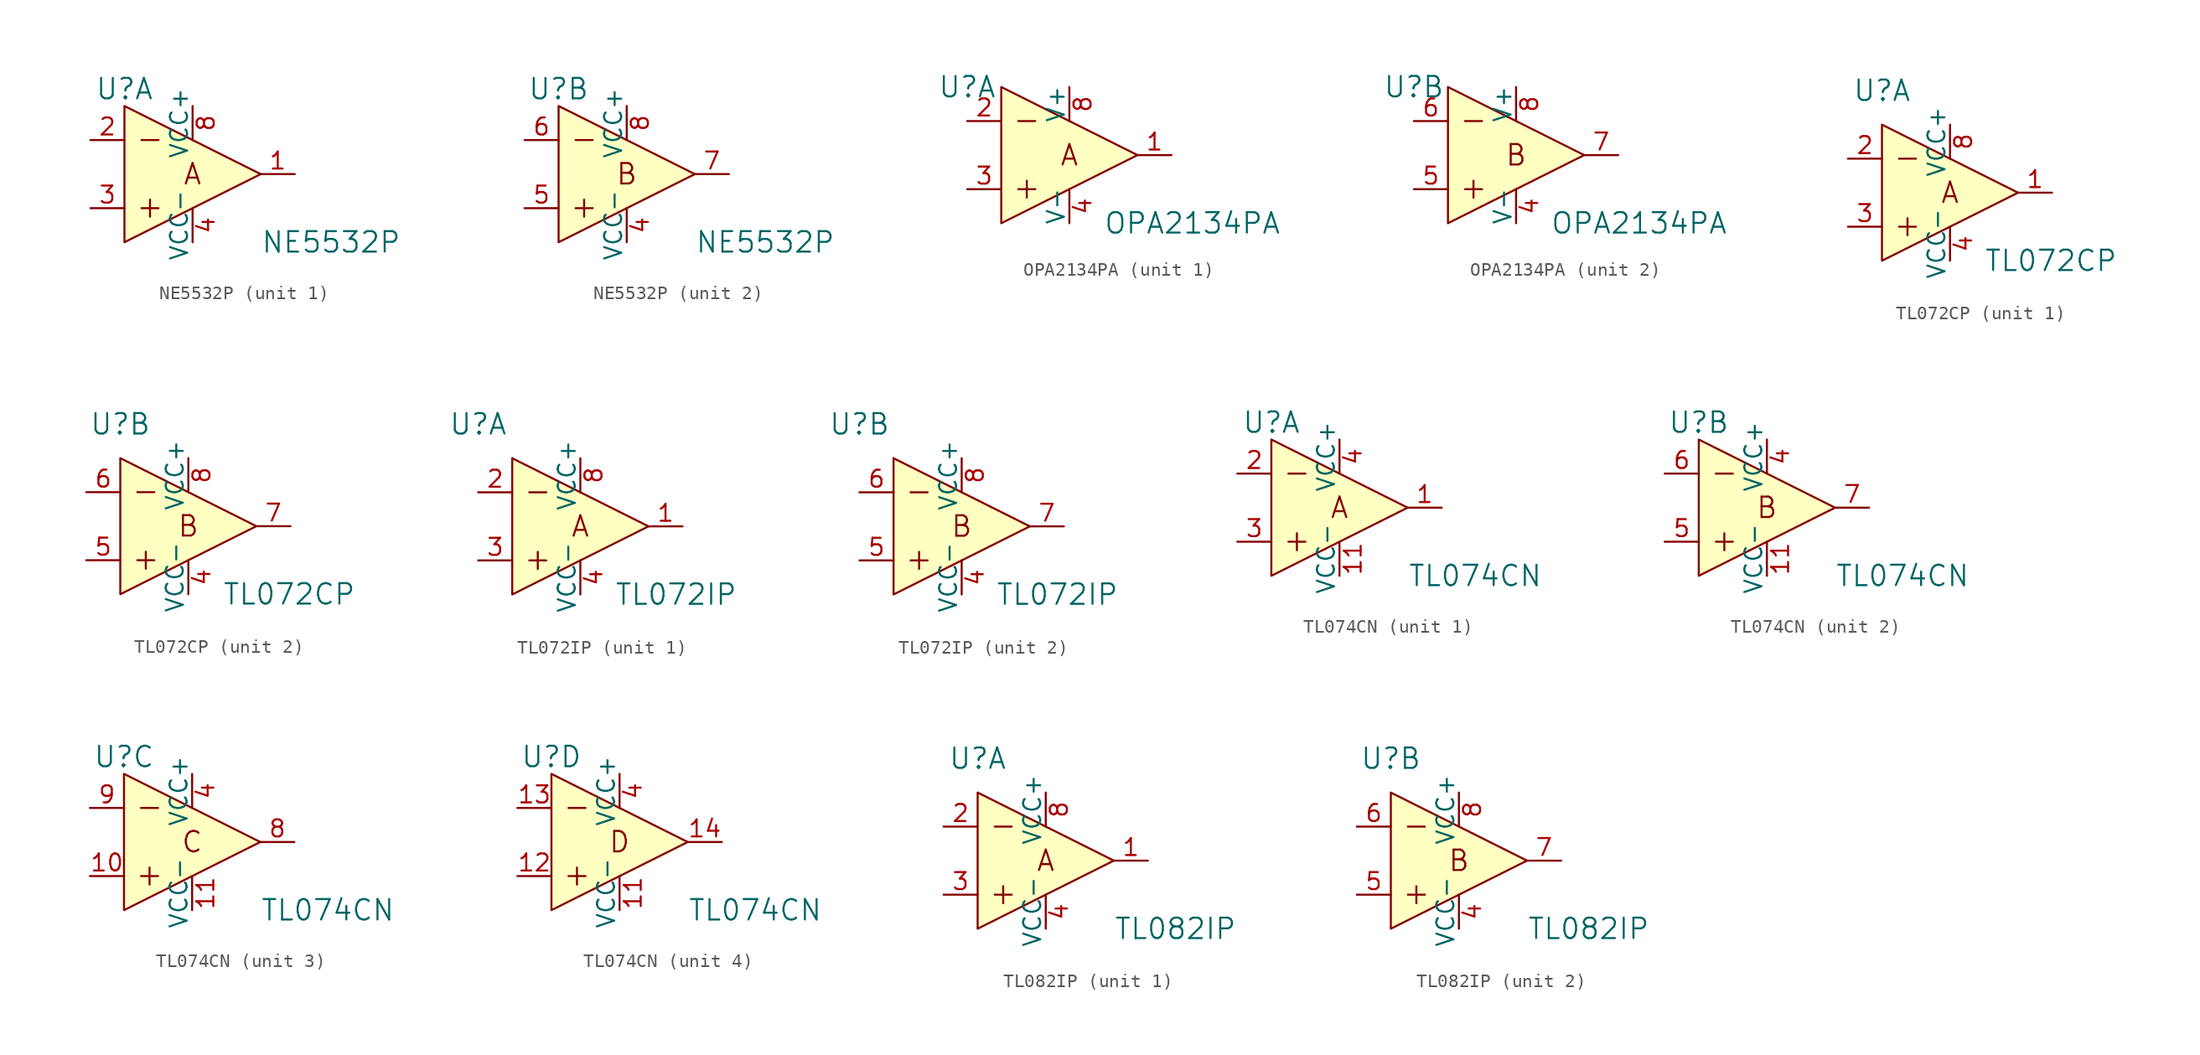
<source format=kicad_sym>
(kicad_symbol_lib
  (version 20211014)
  (generator kicad_symbol_editor)
  (symbol "NE5532P"
    (pin_names
      (offset 0))
    (property "Reference" "U"
      (at -5.08 6.35 0)
      (effects (font (size 1.524 1.524))))
    (property "Value" "NE5532P"
      (at 5.08 -5.08 0)
      (effects (font (size 1.524 1.524)) (justify left)))
    (property "ki_locked" ""
      (at 0 0 0)
      (effects (font (size 1.27 1.27))))
    (symbol "NE5532P_0_0"
      (polyline (pts (xy -3.81 -2.54) (xy -2.54 -2.54)) (stroke (width 0) (type default) (color 0 0 0 0)) (fill (type none)))
      (polyline (pts (xy -3.81 2.54) (xy -2.54 2.54)) (stroke (width 0) (type default) (color 0 0 0 0)) (fill (type none)))
      (polyline (pts (xy -3.175 -1.905) (xy -3.175 -3.175)) (stroke (width 0) (type default) (color 0 0 0 0)) (fill (type none)))
      (polyline (pts (xy -5.08 5.08) (xy -5.08 -5.08) (xy 5.08 0) (xy -5.08 5.08)) (stroke (width 0) (type default) (color 0 0 0 0)) (fill (type background))))
    (symbol "NE5532P_1_0"
      (text "A" (at 0 0 0) (effects (font (size 1.524 1.524)))))
    (symbol "NE5532P_1_1"
      (pin output line (at 7.62 0 180) (length 2.54) (name "~" (effects (font (size 1.27 1.27)))) (number "1" (effects (font (size 1.27 1.27)))))
      (pin input line (at -7.62 2.54 0) (length 2.54) (name "~" (effects (font (size 1.27 1.27)))) (number "2" (effects (font (size 1.27 1.27)))))
      (pin input line (at -7.62 -2.54 0) (length 2.54) (name "~" (effects (font (size 1.27 1.27)))) (number "3" (effects (font (size 1.27 1.27)))))
      (pin power_in line (at 0 -5.08 90) (length 2.54) (name "VCC-" (effects (font (size 1.27 1.27)))) (number "4" (effects (font (size 1.27 1.27)))))
      (pin power_in line (at 0 5.08 270) (length 2.54) (name "VCC+" (effects (font (size 1.27 1.27)))) (number "8" (effects (font (size 1.27 1.27))))))
    (symbol "NE5532P_2_0"
      (text "B" (at 0 0 0) (effects (font (size 1.524 1.524)))))
    (symbol "NE5532P_2_1"
      (pin power_in line (at 0 -5.08 90) (length 2.54) (name "VCC-" (effects (font (size 1.27 1.27)))) (number "4" (effects (font (size 1.27 1.27)))))
      (pin input line (at -7.62 -2.54 0) (length 2.54) (name "~" (effects (font (size 1.27 1.27)))) (number "5" (effects (font (size 1.27 1.27)))))
      (pin input line (at -7.62 2.54 0) (length 2.54) (name "~" (effects (font (size 1.27 1.27)))) (number "6" (effects (font (size 1.27 1.27)))))
      (pin output line (at 7.62 0 180) (length 2.54) (name "~" (effects (font (size 1.27 1.27)))) (number "7" (effects (font (size 1.27 1.27)))))
      (pin power_in line (at 0 5.08 270) (length 2.54) (name "VCC+" (effects (font (size 1.27 1.27)))) (number "8" (effects (font (size 1.27 1.27)))))))
  (symbol "OPA2134PA"
    (pin_names
      (offset 0))
    (property "Reference" "U"
      (at -7.62 5.08 0)
      (effects (font (size 1.524 1.524))))
    (property "Value" "OPA2134PA"
      (at 2.54 -5.08 0)
      (effects (font (size 1.524 1.524)) (justify left)))
    (property "ki_locked" ""
      (at 0 0 0)
      (effects (font (size 1.27 1.27))))
    (symbol "OPA2134PA_0_0"
      (polyline (pts (xy -3.81 -2.54) (xy -2.54 -2.54)) (stroke (width 0) (type default) (color 0 0 0 0)) (fill (type none)))
      (polyline (pts (xy -3.81 2.54) (xy -2.54 2.54)) (stroke (width 0) (type default) (color 0 0 0 0)) (fill (type none)))
      (polyline (pts (xy -3.175 -1.905) (xy -3.175 -3.175)) (stroke (width 0) (type default) (color 0 0 0 0)) (fill (type none)))
      (polyline (pts (xy -5.08 5.08) (xy -5.08 -5.08) (xy 5.08 0) (xy -5.08 5.08)) (stroke (width 0) (type default) (color 0 0 0 0)) (fill (type background))))
    (symbol "OPA2134PA_1_0"
      (text "A" (at 0 0 0) (effects (font (size 1.524 1.524)))))
    (symbol "OPA2134PA_1_1"
      (pin output line (at 7.62 0 180) (length 2.54) (name "~" (effects (font (size 1.27 1.27)))) (number "1" (effects (font (size 1.27 1.27)))))
      (pin input line (at -7.62 2.54 0) (length 2.54) (name "~" (effects (font (size 1.27 1.27)))) (number "2" (effects (font (size 1.27 1.27)))))
      (pin input line (at -7.62 -2.54 0) (length 2.54) (name "~" (effects (font (size 1.27 1.27)))) (number "3" (effects (font (size 1.27 1.27)))))
      (pin power_in line (at 0 -5.08 90) (length 2.54) (name "V-" (effects (font (size 1.27 1.27)))) (number "4" (effects (font (size 1.27 1.27)))))
      (pin power_in line (at 0 5.08 270) (length 2.54) (name "V+" (effects (font (size 1.27 1.27)))) (number "8" (effects (font (size 1.27 1.27))))))
    (symbol "OPA2134PA_2_0"
      (text "B" (at 0 0 0) (effects (font (size 1.524 1.524)))))
    (symbol "OPA2134PA_2_1"
      (pin power_in line (at 0 -5.08 90) (length 2.54) (name "V-" (effects (font (size 1.27 1.27)))) (number "4" (effects (font (size 1.27 1.27)))))
      (pin input line (at -7.62 -2.54 0) (length 2.54) (name "~" (effects (font (size 1.27 1.27)))) (number "5" (effects (font (size 1.27 1.27)))))
      (pin input line (at -7.62 2.54 0) (length 2.54) (name "~" (effects (font (size 1.27 1.27)))) (number "6" (effects (font (size 1.27 1.27)))))
      (pin output line (at 7.62 0 180) (length 2.54) (name "~" (effects (font (size 1.27 1.27)))) (number "7" (effects (font (size 1.27 1.27)))))
      (pin power_in line (at 0 5.08 270) (length 2.54) (name "V+" (effects (font (size 1.27 1.27)))) (number "8" (effects (font (size 1.27 1.27)))))))
  (symbol "TL072CP"
    (pin_names
      (offset 0))
    (property "Reference" "U"
      (at -5.08 7.62 0)
      (effects (font (size 1.524 1.524))))
    (property "Value" "TL072CP"
      (at 2.54 -5.08 0)
      (effects (font (size 1.524 1.524)) (justify left)))
    (property "ki_locked" ""
      (at 0 0 0)
      (effects (font (size 1.27 1.27))))
    (symbol "TL072CP_0_0"
      (polyline (pts (xy -3.81 -2.54) (xy -2.54 -2.54)) (stroke (width 0) (type default) (color 0 0 0 0)) (fill (type none)))
      (polyline (pts (xy -3.81 2.54) (xy -2.54 2.54)) (stroke (width 0) (type default) (color 0 0 0 0)) (fill (type none)))
      (polyline (pts (xy -3.175 -1.905) (xy -3.175 -3.175)) (stroke (width 0) (type default) (color 0 0 0 0)) (fill (type none)))
      (polyline (pts (xy -5.08 5.08) (xy -5.08 -5.08) (xy 5.08 0) (xy -5.08 5.08)) (stroke (width 0) (type default) (color 0 0 0 0)) (fill (type background))))
    (symbol "TL072CP_1_0"
      (text "A" (at 0 0 0) (effects (font (size 1.524 1.524)))))
    (symbol "TL072CP_1_1"
      (pin output line (at 7.62 0 180) (length 2.54) (name "~" (effects (font (size 1.27 1.27)))) (number "1" (effects (font (size 1.27 1.27)))))
      (pin input line (at -7.62 2.54 0) (length 2.54) (name "~" (effects (font (size 1.27 1.27)))) (number "2" (effects (font (size 1.27 1.27)))))
      (pin input line (at -7.62 -2.54 0) (length 2.54) (name "~" (effects (font (size 1.27 1.27)))) (number "3" (effects (font (size 1.27 1.27)))))
      (pin power_in line (at 0 -5.08 90) (length 2.54) (name "VCC-" (effects (font (size 1.27 1.27)))) (number "4" (effects (font (size 1.27 1.27)))))
      (pin power_in line (at 0 5.08 270) (length 2.54) (name "VCC+" (effects (font (size 1.27 1.27)))) (number "8" (effects (font (size 1.27 1.27))))))
    (symbol "TL072CP_2_0"
      (text "B" (at 0 0 0) (effects (font (size 1.524 1.524)))))
    (symbol "TL072CP_2_1"
      (pin power_in line (at 0 -5.08 90) (length 2.54) (name "VCC-" (effects (font (size 1.27 1.27)))) (number "4" (effects (font (size 1.27 1.27)))))
      (pin input line (at -7.62 -2.54 0) (length 2.54) (name "~" (effects (font (size 1.27 1.27)))) (number "5" (effects (font (size 1.27 1.27)))))
      (pin input line (at -7.62 2.54 0) (length 2.54) (name "~" (effects (font (size 1.27 1.27)))) (number "6" (effects (font (size 1.27 1.27)))))
      (pin output line (at 7.62 0 180) (length 2.54) (name "~" (effects (font (size 1.27 1.27)))) (number "7" (effects (font (size 1.27 1.27)))))
      (pin power_in line (at 0 5.08 270) (length 2.54) (name "VCC+" (effects (font (size 1.27 1.27)))) (number "8" (effects (font (size 1.27 1.27)))))))
  (symbol "TL072IP"
    (pin_names
      (offset 0))
    (property "Reference" "U"
      (at -7.62 7.62 0)
      (effects (font (size 1.524 1.524))))
    (property "Value" "TL072IP"
      (at 2.54 -5.08 0)
      (effects (font (size 1.524 1.524)) (justify left)))
    (property "ki_locked" ""
      (at 0 0 0)
      (effects (font (size 1.27 1.27))))
    (symbol "TL072IP_0_1"
      (polyline (pts (xy -5.08 5.08) (xy 5.08 0)) (stroke (width 0) (type default) (color 0 0 0 0)) (fill (type none)))
      (polyline (pts (xy -3.81 -2.54) (xy -2.54 -2.54)) (stroke (width 0) (type default) (color 0 0 0 0)) (fill (type none)))
      (polyline (pts (xy -3.81 2.54) (xy -2.54 2.54)) (stroke (width 0) (type default) (color 0 0 0 0)) (fill (type none)))
      (polyline (pts (xy -3.175 -1.905) (xy -3.175 -3.175)) (stroke (width 0) (type default) (color 0 0 0 0)) (fill (type none)))
      (polyline (pts (xy -5.08 5.08) (xy -5.08 -5.08) (xy 5.08 0)) (stroke (width 0) (type default) (color 0 0 0 0)) (fill (type background))))
    (symbol "TL072IP_1_0"
      (text "A" (at 0 0 0) (effects (font (size 1.524 1.524)))))
    (symbol "TL072IP_1_1"
      (pin output line (at 7.62 0 180) (length 2.54) (name "~" (effects (font (size 1.27 1.27)))) (number "1" (effects (font (size 1.27 1.27)))))
      (pin input line (at -7.62 2.54 0) (length 2.54) (name "~" (effects (font (size 1.27 1.27)))) (number "2" (effects (font (size 1.27 1.27)))))
      (pin input line (at -7.62 -2.54 0) (length 2.54) (name "~" (effects (font (size 1.27 1.27)))) (number "3" (effects (font (size 1.27 1.27)))))
      (pin power_in line (at 0 -5.08 90) (length 2.54) (name "VCC-" (effects (font (size 1.27 1.27)))) (number "4" (effects (font (size 1.27 1.27)))))
      (pin power_in line (at 0 5.08 270) (length 2.54) (name "VCC+" (effects (font (size 1.27 1.27)))) (number "8" (effects (font (size 1.27 1.27))))))
    (symbol "TL072IP_2_0"
      (text "B" (at 0 0 0) (effects (font (size 1.524 1.524)))))
    (symbol "TL072IP_2_1"
      (pin power_in line (at 0 -5.08 90) (length 2.54) (name "VCC-" (effects (font (size 1.27 1.27)))) (number "4" (effects (font (size 1.27 1.27)))))
      (pin input line (at -7.62 -2.54 0) (length 2.54) (name "~" (effects (font (size 1.27 1.27)))) (number "5" (effects (font (size 1.27 1.27)))))
      (pin input line (at -7.62 2.54 0) (length 2.54) (name "~" (effects (font (size 1.27 1.27)))) (number "6" (effects (font (size 1.27 1.27)))))
      (pin output line (at 7.62 0 180) (length 2.54) (name "~" (effects (font (size 1.27 1.27)))) (number "7" (effects (font (size 1.27 1.27)))))
      (pin power_in line (at 0 5.08 270) (length 2.54) (name "VCC+" (effects (font (size 1.27 1.27)))) (number "8" (effects (font (size 1.27 1.27)))))))
  (symbol "TL074CN"
    (pin_names
      (offset 0))
    (property "Reference" "U"
      (at -5.08 6.35 0)
      (effects (font (size 1.524 1.524))))
    (property "Value" "TL074CN"
      (at 5.08 -5.08 0)
      (effects (font (size 1.524 1.524)) (justify left)))
    (property "ki_locked" ""
      (at 0 0 0)
      (effects (font (size 1.27 1.27))))
    (symbol "TL074CN_0_0"
      (polyline (pts (xy -3.81 -2.54) (xy -2.54 -2.54)) (stroke (width 0) (type default) (color 0 0 0 0)) (fill (type none)))
      (polyline (pts (xy -3.81 2.54) (xy -2.54 2.54)) (stroke (width 0) (type default) (color 0 0 0 0)) (fill (type none)))
      (polyline (pts (xy -3.175 -1.905) (xy -3.175 -3.175)) (stroke (width 0) (type default) (color 0 0 0 0)) (fill (type none)))
      (polyline (pts (xy -5.08 5.08) (xy -5.08 -5.08) (xy 5.08 0) (xy -5.08 5.08)) (stroke (width 0) (type default) (color 0 0 0 0)) (fill (type background))))
    (symbol "TL074CN_1_0"
      (text "A" (at 0 0 0) (effects (font (size 1.524 1.524)))))
    (symbol "TL074CN_1_1"
      (pin output line (at 7.62 0 180) (length 2.54) (name "~" (effects (font (size 1.27 1.27)))) (number "1" (effects (font (size 1.27 1.27)))))
      (pin power_in line (at 0 -5.08 90) (length 2.54) (name "VCC-" (effects (font (size 1.27 1.27)))) (number "11" (effects (font (size 1.27 1.27)))))
      (pin input line (at -7.62 2.54 0) (length 2.54) (name "~" (effects (font (size 1.27 1.27)))) (number "2" (effects (font (size 1.27 1.27)))))
      (pin input line (at -7.62 -2.54 0) (length 2.54) (name "~" (effects (font (size 1.27 1.27)))) (number "3" (effects (font (size 1.27 1.27)))))
      (pin power_in line (at 0 5.08 270) (length 2.54) (name "VCC+" (effects (font (size 1.27 1.27)))) (number "4" (effects (font (size 1.27 1.27))))))
    (symbol "TL074CN_2_0"
      (text "B" (at 0 0 0) (effects (font (size 1.524 1.524)))))
    (symbol "TL074CN_2_1"
      (pin power_in line (at 0 -5.08 90) (length 2.54) (name "VCC-" (effects (font (size 1.27 1.27)))) (number "11" (effects (font (size 1.27 1.27)))))
      (pin power_in line (at 0 5.08 270) (length 2.54) (name "VCC+" (effects (font (size 1.27 1.27)))) (number "4" (effects (font (size 1.27 1.27)))))
      (pin input line (at -7.62 -2.54 0) (length 2.54) (name "~" (effects (font (size 1.27 1.27)))) (number "5" (effects (font (size 1.27 1.27)))))
      (pin input line (at -7.62 2.54 0) (length 2.54) (name "~" (effects (font (size 1.27 1.27)))) (number "6" (effects (font (size 1.27 1.27)))))
      (pin output line (at 7.62 0 180) (length 2.54) (name "~" (effects (font (size 1.27 1.27)))) (number "7" (effects (font (size 1.27 1.27))))))
    (symbol "TL074CN_3_0"
      (text "C" (at 0 0 0) (effects (font (size 1.524 1.524)))))
    (symbol "TL074CN_3_1"
      (pin input line (at -7.62 -2.54 0) (length 2.54) (name "~" (effects (font (size 1.27 1.27)))) (number "10" (effects (font (size 1.27 1.27)))))
      (pin power_in line (at 0 -5.08 90) (length 2.54) (name "VCC-" (effects (font (size 1.27 1.27)))) (number "11" (effects (font (size 1.27 1.27)))))
      (pin power_in line (at 0 5.08 270) (length 2.54) (name "VCC+" (effects (font (size 1.27 1.27)))) (number "4" (effects (font (size 1.27 1.27)))))
      (pin output line (at 7.62 0 180) (length 2.54) (name "~" (effects (font (size 1.27 1.27)))) (number "8" (effects (font (size 1.27 1.27)))))
      (pin input line (at -7.62 2.54 0) (length 2.54) (name "~" (effects (font (size 1.27 1.27)))) (number "9" (effects (font (size 1.27 1.27))))))
    (symbol "TL074CN_4_0"
      (text "D" (at 0 0 0) (effects (font (size 1.524 1.524)))))
    (symbol "TL074CN_4_1"
      (pin power_in line (at 0 -5.08 90) (length 2.54) (name "VCC-" (effects (font (size 1.27 1.27)))) (number "11" (effects (font (size 1.27 1.27)))))
      (pin input line (at -7.62 -2.54 0) (length 2.54) (name "~" (effects (font (size 1.27 1.27)))) (number "12" (effects (font (size 1.27 1.27)))))
      (pin input line (at -7.62 2.54 0) (length 2.54) (name "~" (effects (font (size 1.27 1.27)))) (number "13" (effects (font (size 1.27 1.27)))))
      (pin output line (at 7.62 0 180) (length 2.54) (name "~" (effects (font (size 1.27 1.27)))) (number "14" (effects (font (size 1.27 1.27)))))
      (pin power_in line (at 0 5.08 270) (length 2.54) (name "VCC+" (effects (font (size 1.27 1.27)))) (number "4" (effects (font (size 1.27 1.27)))))))
  (symbol "TL082IP"
    (pin_names
      (offset 0))
    (property "Reference" "U"
      (at -5.08 7.62 0)
      (effects (font (size 1.524 1.524))))
    (property "Value" "TL082IP"
      (at 5.08 -5.08 0)
      (effects (font (size 1.524 1.524)) (justify left)))
    (property "ki_locked" ""
      (at 0 0 0)
      (effects (font (size 1.27 1.27))))
    (symbol "TL082IP_0_0"
      (polyline (pts (xy -3.81 -2.54) (xy -2.54 -2.54)) (stroke (width 0) (type default) (color 0 0 0 0)) (fill (type none)))
      (polyline (pts (xy -3.81 2.54) (xy -2.54 2.54)) (stroke (width 0) (type default) (color 0 0 0 0)) (fill (type none)))
      (polyline (pts (xy -3.175 -1.905) (xy -3.175 -3.175)) (stroke (width 0) (type default) (color 0 0 0 0)) (fill (type none)))
      (polyline (pts (xy -5.08 5.08) (xy -5.08 -5.08) (xy 5.08 0) (xy -5.08 5.08)) (stroke (width 0) (type default) (color 0 0 0 0)) (fill (type background))))
    (symbol "TL082IP_1_0"
      (text "A" (at 0 0 0) (effects (font (size 1.524 1.524)))))
    (symbol "TL082IP_1_1"
      (pin output line (at 7.62 0 180) (length 2.54) (name "~" (effects (font (size 1.27 1.27)))) (number "1" (effects (font (size 1.27 1.27)))))
      (pin input line (at -7.62 2.54 0) (length 2.54) (name "~" (effects (font (size 1.27 1.27)))) (number "2" (effects (font (size 1.27 1.27)))))
      (pin input line (at -7.62 -2.54 0) (length 2.54) (name "~" (effects (font (size 1.27 1.27)))) (number "3" (effects (font (size 1.27 1.27)))))
      (pin power_in line (at 0 -5.08 90) (length 2.54) (name "VCC-" (effects (font (size 1.27 1.27)))) (number "4" (effects (font (size 1.27 1.27)))))
      (pin power_in line (at 0 5.08 270) (length 2.54) (name "VCC+" (effects (font (size 1.27 1.27)))) (number "8" (effects (font (size 1.27 1.27))))))
    (symbol "TL082IP_2_0"
      (text "B" (at 0 0 0) (effects (font (size 1.524 1.524)))))
    (symbol "TL082IP_2_1"
      (pin power_in line (at 0 -5.08 90) (length 2.54) (name "VCC-" (effects (font (size 1.27 1.27)))) (number "4" (effects (font (size 1.27 1.27)))))
      (pin input line (at -7.62 -2.54 0) (length 2.54) (name "~" (effects (font (size 1.27 1.27)))) (number "5" (effects (font (size 1.27 1.27)))))
      (pin input line (at -7.62 2.54 0) (length 2.54) (name "~" (effects (font (size 1.27 1.27)))) (number "6" (effects (font (size 1.27 1.27)))))
      (pin output line (at 7.62 0 180) (length 2.54) (name "~" (effects (font (size 1.27 1.27)))) (number "7" (effects (font (size 1.27 1.27)))))
      (pin power_in line (at 0 5.08 270) (length 2.54) (name "VCC+" (effects (font (size 1.27 1.27)))) (number "8" (effects (font (size 1.27 1.27))))))))
</source>
